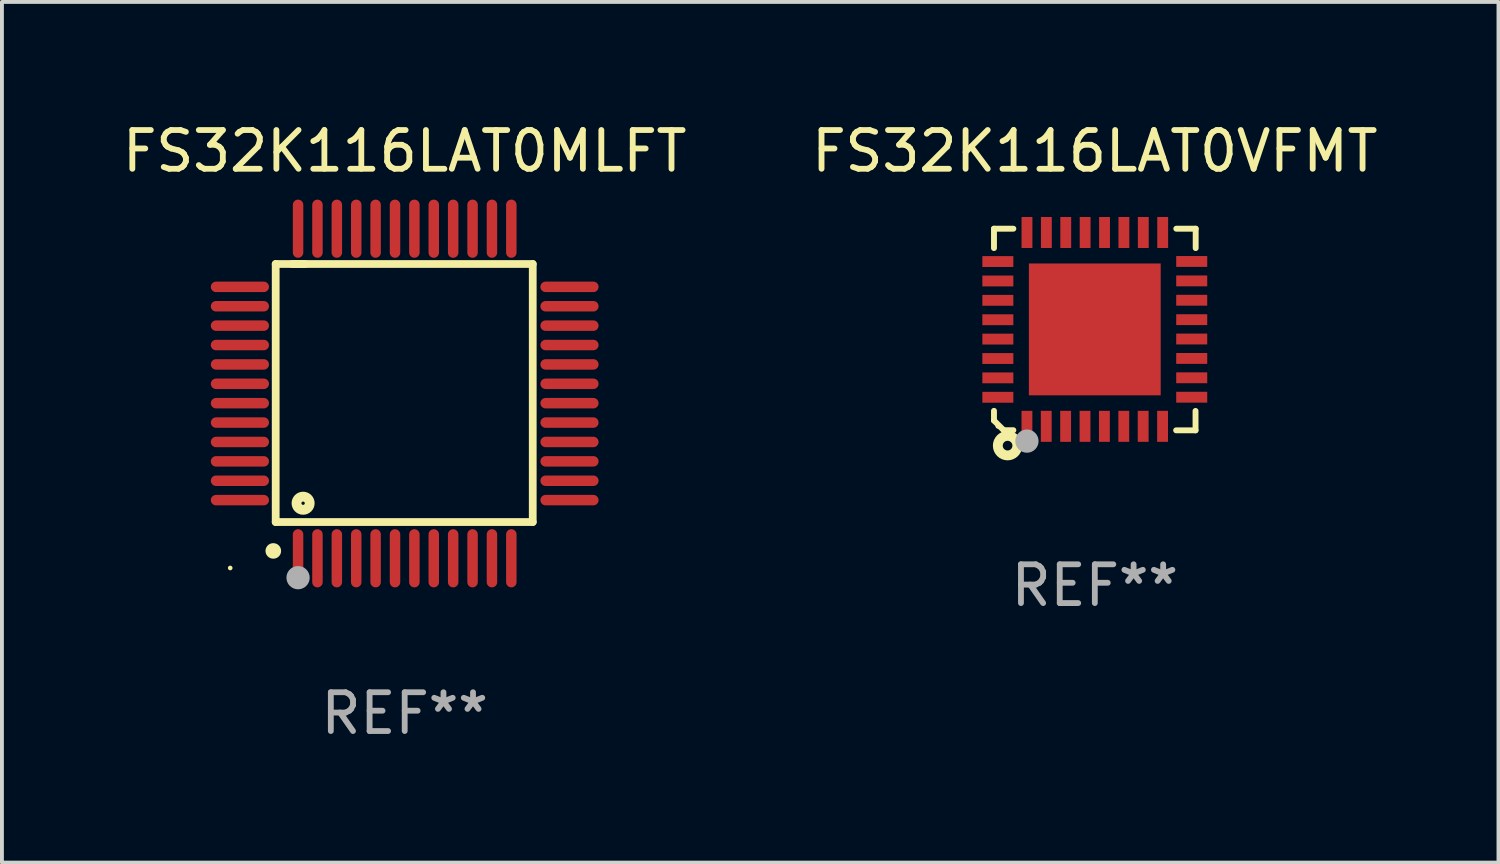
<source format=kicad_pcb>
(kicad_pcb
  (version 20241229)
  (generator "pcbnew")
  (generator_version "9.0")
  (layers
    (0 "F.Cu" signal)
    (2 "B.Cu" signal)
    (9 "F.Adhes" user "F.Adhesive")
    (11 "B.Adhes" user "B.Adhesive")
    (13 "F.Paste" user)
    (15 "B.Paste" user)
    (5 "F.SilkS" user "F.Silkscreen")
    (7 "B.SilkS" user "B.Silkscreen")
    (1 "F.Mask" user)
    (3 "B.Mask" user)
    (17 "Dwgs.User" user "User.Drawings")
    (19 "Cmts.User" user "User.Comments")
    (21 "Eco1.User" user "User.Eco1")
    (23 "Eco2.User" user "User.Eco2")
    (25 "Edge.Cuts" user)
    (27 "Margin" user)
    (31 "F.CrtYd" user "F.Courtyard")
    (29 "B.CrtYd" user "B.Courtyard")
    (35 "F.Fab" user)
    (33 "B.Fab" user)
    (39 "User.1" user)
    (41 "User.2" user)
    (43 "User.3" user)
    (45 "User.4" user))
  (footprint "FS32K116LAT0VFMT"
    (layer "F.Cu")
    (at 25.185 5.448)
    (property "Reference" "FS32K116LAT0VFMT" (at 0 -4.6 0) (layer "F.SilkS") (effects (font (size 1 1) (thickness 0.15))))
    (attr through_hole)
    (fp_line (start -2.601 2.097) (end -2.601 2.347) (stroke (width 0.152) (type solid)) (layer "F.SilkS"))
    (fp_line (start -2.601 2.347) (end -2.351 2.597) (stroke (width 0.152) (type solid)) (layer "F.SilkS"))
    (fp_line (start -2.601 -2.6) (end -2.601 -2.1) (stroke (width 0.152) (type solid)) (layer "F.SilkS"))
    (fp_line (start -2.601 -2.6) (end -2.101 -2.6) (stroke (width 0.152) (type solid)) (layer "F.SilkS"))
    (fp_line (start -2.351 2.597) (end -2.101 2.597) (stroke (width 0.152) (type solid)) (layer "F.SilkS"))
    (fp_line (start 2.597 2.6) (end 2.097 2.6) (stroke (width 0.152) (type solid)) (layer "F.SilkS"))
    (fp_line (start 2.597 2.6) (end 2.597 2.1) (stroke (width 0.152) (type solid)) (layer "F.SilkS"))
    (fp_line (start 2.601 -2.6) (end 2.101 -2.6) (stroke (width 0.152) (type solid)) (layer "F.SilkS"))
    (fp_line (start 2.601 -2.6) (end 2.601 -2.1) (stroke (width 0.152) (type solid)) (layer "F.SilkS"))
    (fp_circle (center -2.501 2.497) (end -2.471 2.497) (stroke (width 0.06) (type solid)) (fill no) (layer "F.SilkS"))
    (fp_circle (center -2.25 2.995) (end -2.125 2.995) (stroke (width 0.254) (type solid)) (fill no) (layer "F.SilkS"))
    (fp_circle (center -1.751 2.878) (end -1.601 2.878) (stroke (width 0.3) (type solid)) (fill no) (layer "F.Fab"))
    (fp_text user "REF**" (at 0 6.6 0) (layer "F.Fab") (effects (font (size 1 1) (thickness 0.15))))
    (pad "1" smd rect (at -1.751 2.497) (size 0.28 0.8) (layers "F.Cu" "F.Mask" "F.Paste"))
    (pad "2" smd rect (at -1.253 2.497) (size 0.28 0.8) (layers "F.Cu" "F.Mask" "F.Paste"))
    (pad "3" smd rect (at -0.753 2.497) (size 0.28 0.8) (layers "F.Cu" "F.Mask" "F.Paste"))
    (pad "4" smd rect (at -0.253 2.497) (size 0.28 0.8) (layers "F.Cu" "F.Mask" "F.Paste"))
    (pad "5" smd rect (at 0.247 2.497) (size 0.28 0.8) (layers "F.Cu" "F.Mask" "F.Paste"))
    (pad "6" smd rect (at 0.747 2.497) (size 0.28 0.8) (layers "F.Cu" "F.Mask" "F.Paste"))
    (pad "7" smd rect (at 1.247 2.497) (size 0.28 0.8) (layers "F.Cu" "F.Mask" "F.Paste"))
    (pad "8" smd rect (at 1.747 2.497) (size 0.28 0.8) (layers "F.Cu" "F.Mask" "F.Paste"))
    (pad "9" smd rect (at 2.499 1.746) (size 0.8 0.28) (layers "F.Cu" "F.Mask" "F.Paste"))
    (pad "10" smd rect (at 2.499 1.245) (size 0.8 0.28) (layers "F.Cu" "F.Mask" "F.Paste"))
    (pad "11" smd rect (at 2.499 0.746) (size 0.8 0.28) (layers "F.Cu" "F.Mask" "F.Paste"))
    (pad "12" smd rect (at 2.499 0.245) (size 0.8 0.28) (layers "F.Cu" "F.Mask" "F.Paste"))
    (pad "13" smd rect (at 2.499 -0.254) (size 0.8 0.28) (layers "F.Cu" "F.Mask" "F.Paste"))
    (pad "14" smd rect (at 2.499 -0.755) (size 0.8 0.28) (layers "F.Cu" "F.Mask" "F.Paste"))
    (pad "15" smd rect (at 2.499 -1.254) (size 0.8 0.28) (layers "F.Cu" "F.Mask" "F.Paste"))
    (pad "16" smd rect (at 2.499 -1.755) (size 0.8 0.28) (layers "F.Cu" "F.Mask" "F.Paste"))
    (pad "17" smd rect (at 1.75 -2.502) (size 0.28 0.8) (layers "F.Cu" "F.Mask" "F.Paste"))
    (pad "18" smd rect (at 1.25 -2.502) (size 0.28 0.8) (layers "F.Cu" "F.Mask" "F.Paste"))
    (pad "19" smd rect (at 0.75 -2.502) (size 0.28 0.8) (layers "F.Cu" "F.Mask" "F.Paste"))
    (pad "20" smd rect (at 0.25 -2.502) (size 0.28 0.8) (layers "F.Cu" "F.Mask" "F.Paste"))
    (pad "21" smd rect (at -0.25 -2.502) (size 0.28 0.8) (layers "F.Cu" "F.Mask" "F.Paste"))
    (pad "22" smd rect (at -0.75 -2.502) (size 0.28 0.8) (layers "F.Cu" "F.Mask" "F.Paste"))
    (pad "23" smd rect (at -1.25 -2.502) (size 0.28 0.8) (layers "F.Cu" "F.Mask" "F.Paste"))
    (pad "24" smd rect (at -1.75 -2.502) (size 0.28 0.8) (layers "F.Cu" "F.Mask" "F.Paste"))
    (pad "25" smd rect (at -2.501 -1.753) (size 0.8 0.28) (layers "F.Cu" "F.Mask" "F.Paste"))
    (pad "26" smd rect (at -2.501 -1.252) (size 0.8 0.28) (layers "F.Cu" "F.Mask" "F.Paste"))
    (pad "27" smd rect (at -2.501 -0.753) (size 0.8 0.28) (layers "F.Cu" "F.Mask" "F.Paste"))
    (pad "28" smd rect (at -2.501 -0.252) (size 0.8 0.28) (layers "F.Cu" "F.Mask" "F.Paste"))
    (pad "29" smd rect (at -2.501 0.247) (size 0.8 0.28) (layers "F.Cu" "F.Mask" "F.Paste"))
    (pad "30" smd rect (at -2.501 0.748) (size 0.8 0.28) (layers "F.Cu" "F.Mask" "F.Paste"))
    (pad "31" smd rect (at -2.501 1.247) (size 0.8 0.28) (layers "F.Cu" "F.Mask" "F.Paste"))
    (pad "32" smd rect (at -2.501 1.748) (size 0.8 0.28) (layers "F.Cu" "F.Mask" "F.Paste"))
    (pad "33" smd rect (at -0.001 -0.003 180) (size 3.4 3.4) (layers "F.Cu" "F.Mask" "F.Paste")))
  (footprint "FS32K116LAT0MLFT"
    (layer "F.Cu")
    (at 7.387 7.098)
    (property "Reference" "FS32K116LAT0MLFT" (at 0 -6.25 0) (layer "F.SilkS") (effects (font (size 1 1) (thickness 0.15))))
    (attr through_hole)
    (fp_line (start -3.327 -3.34) (end -2.565 -3.34) (stroke (width 0.2) (type solid)) (layer "F.SilkS"))
    (fp_line (start -3.327 3.315) (end -3.327 -3.34) (stroke (width 0.2) (type solid)) (layer "F.SilkS"))
    (fp_line (start -2.896 -3.34) (end 3.302 -3.34) (stroke (width 0.2) (type solid)) (layer "F.SilkS"))
    (fp_line (start 3.302 -3.34) (end 3.302 3.315) (stroke (width 0.2) (type solid)) (layer "F.SilkS"))
    (fp_line (start 3.302 3.315) (end -3.327 3.315) (stroke (width 0.2) (type solid)) (layer "F.SilkS"))
    (fp_arc (start -3.389992 4.059995) (mid -3.388722 4.059991) (end -3.387452 4.059995) (stroke (width 0.4) (type solid)) (layer "F.SilkS"))
    (fp_circle (center -4.5 4.5) (end -4.47 4.5) (stroke (width 0.06) (type solid)) (fill no) (layer "F.SilkS"))
    (fp_circle (center -2.62 2.83) (end -2.45 2.83) (stroke (width 0.254) (type solid)) (fill no) (layer "F.SilkS"))
    (fp_circle (center -2.75 4.75) (end -2.6 4.75) (stroke (width 0.3) (type solid)) (fill no) (layer "F.Fab"))
    (fp_text user "REF**" (at 0 8.25 0) (layer "F.Fab") (effects (font (size 1 1) (thickness 0.15))))
    (pad "1" smd oval (at -2.75 4.25) (size 0.27 1.5) (layers "F.Cu" "F.Mask" "F.Paste"))
    (pad "2" smd oval (at -2.25 4.25) (size 0.27 1.5) (layers "F.Cu" "F.Mask" "F.Paste"))
    (pad "3" smd oval (at -1.75 4.25) (size 0.27 1.5) (layers "F.Cu" "F.Mask" "F.Paste"))
    (pad "4" smd oval (at -1.25 4.25) (size 0.27 1.5) (layers "F.Cu" "F.Mask" "F.Paste"))
    (pad "5" smd oval (at -0.75 4.25) (size 0.27 1.5) (layers "F.Cu" "F.Mask" "F.Paste"))
    (pad "6" smd oval (at -0.25 4.25) (size 0.27 1.5) (layers "F.Cu" "F.Mask" "F.Paste"))
    (pad "7" smd oval (at 0.25 4.25) (size 0.27 1.5) (layers "F.Cu" "F.Mask" "F.Paste"))
    (pad "8" smd oval (at 0.75 4.25) (size 0.27 1.5) (layers "F.Cu" "F.Mask" "F.Paste"))
    (pad "9" smd oval (at 1.25 4.25) (size 0.27 1.5) (layers "F.Cu" "F.Mask" "F.Paste"))
    (pad "10" smd oval (at 1.75 4.25) (size 0.27 1.5) (layers "F.Cu" "F.Mask" "F.Paste"))
    (pad "11" smd oval (at 2.25 4.25) (size 0.27 1.5) (layers "F.Cu" "F.Mask" "F.Paste"))
    (pad "12" smd oval (at 2.75 4.25) (size 0.27 1.5) (layers "F.Cu" "F.Mask" "F.Paste"))
    (pad "13" smd oval (at 4.25 2.75) (size 1.5 0.27) (layers "F.Cu" "F.Mask" "F.Paste"))
    (pad "14" smd oval (at 4.25 2.25) (size 1.5 0.27) (layers "F.Cu" "F.Mask" "F.Paste"))
    (pad "15" smd oval (at 4.25 1.75) (size 1.5 0.27) (layers "F.Cu" "F.Mask" "F.Paste"))
    (pad "16" smd oval (at 4.25 1.25) (size 1.5 0.27) (layers "F.Cu" "F.Mask" "F.Paste"))
    (pad "17" smd oval (at 4.25 0.75) (size 1.5 0.27) (layers "F.Cu" "F.Mask" "F.Paste"))
    (pad "18" smd oval (at 4.25 0.25) (size 1.5 0.27) (layers "F.Cu" "F.Mask" "F.Paste"))
    (pad "19" smd oval (at 4.25 -0.25) (size 1.5 0.27) (layers "F.Cu" "F.Mask" "F.Paste"))
    (pad "20" smd oval (at 4.25 -0.75) (size 1.5 0.27) (layers "F.Cu" "F.Mask" "F.Paste"))
    (pad "21" smd oval (at 4.25 -1.25) (size 1.5 0.27) (layers "F.Cu" "F.Mask" "F.Paste"))
    (pad "22" smd oval (at 4.25 -1.75) (size 1.5 0.27) (layers "F.Cu" "F.Mask" "F.Paste"))
    (pad "23" smd oval (at 4.25 -2.25) (size 1.5 0.27) (layers "F.Cu" "F.Mask" "F.Paste"))
    (pad "24" smd oval (at 4.25 -2.75) (size 1.5 0.27) (layers "F.Cu" "F.Mask" "F.Paste"))
    (pad "25" smd oval (at 2.75 -4.25) (size 0.27 1.5) (layers "F.Cu" "F.Mask" "F.Paste"))
    (pad "26" smd oval (at 2.25 -4.25) (size 0.27 1.5) (layers "F.Cu" "F.Mask" "F.Paste"))
    (pad "27" smd oval (at 1.75 -4.25) (size 0.27 1.5) (layers "F.Cu" "F.Mask" "F.Paste"))
    (pad "28" smd oval (at 1.25 -4.25) (size 0.27 1.5) (layers "F.Cu" "F.Mask" "F.Paste"))
    (pad "29" smd oval (at 0.75 -4.25) (size 0.27 1.5) (layers "F.Cu" "F.Mask" "F.Paste"))
    (pad "30" smd oval (at 0.25 -4.25) (size 0.27 1.5) (layers "F.Cu" "F.Mask" "F.Paste"))
    (pad "31" smd oval (at -0.25 -4.25) (size 0.27 1.5) (layers "F.Cu" "F.Mask" "F.Paste"))
    (pad "32" smd oval (at -0.75 -4.25) (size 0.27 1.5) (layers "F.Cu" "F.Mask" "F.Paste"))
    (pad "33" smd oval (at -1.25 -4.25) (size 0.27 1.5) (layers "F.Cu" "F.Mask" "F.Paste"))
    (pad "34" smd oval (at -1.75 -4.25) (size 0.27 1.5) (layers "F.Cu" "F.Mask" "F.Paste"))
    (pad "35" smd oval (at -2.25 -4.25) (size 0.27 1.5) (layers "F.Cu" "F.Mask" "F.Paste"))
    (pad "36" smd oval (at -2.75 -4.25) (size 0.27 1.5) (layers "F.Cu" "F.Mask" "F.Paste"))
    (pad "37" smd oval (at -4.25 -2.75) (size 1.5 0.27) (layers "F.Cu" "F.Mask" "F.Paste"))
    (pad "38" smd oval (at -4.25 -2.25) (size 1.5 0.27) (layers "F.Cu" "F.Mask" "F.Paste"))
    (pad "39" smd oval (at -4.25 -1.75) (size 1.5 0.27) (layers "F.Cu" "F.Mask" "F.Paste"))
    (pad "40" smd oval (at -4.25 -1.25) (size 1.5 0.27) (layers "F.Cu" "F.Mask" "F.Paste"))
    (pad "41" smd oval (at -4.25 -0.75) (size 1.5 0.27) (layers "F.Cu" "F.Mask" "F.Paste"))
    (pad "42" smd oval (at -4.25 -0.25) (size 1.5 0.27) (layers "F.Cu" "F.Mask" "F.Paste"))
    (pad "43" smd oval (at -4.25 0.25) (size 1.5 0.27) (layers "F.Cu" "F.Mask" "F.Paste"))
    (pad "44" smd oval (at -4.25 0.75) (size 1.5 0.27) (layers "F.Cu" "F.Mask" "F.Paste"))
    (pad "45" smd oval (at -4.25 1.25) (size 1.5 0.27) (layers "F.Cu" "F.Mask" "F.Paste"))
    (pad "46" smd oval (at -4.25 1.75) (size 1.5 0.27) (layers "F.Cu" "F.Mask" "F.Paste"))
    (pad "47" smd oval (at -4.25 2.25) (size 1.5 0.27) (layers "F.Cu" "F.Mask" "F.Paste"))
    (pad "48" smd oval (at -4.25 2.75) (size 1.5 0.27) (layers "F.Cu" "F.Mask" "F.Paste")))
  (gr_rect
    (start -3 -3)
    (end 35.595 19.196)
    (stroke (width 0.1) (type default))
    (fill no)
    (layer "Edge.Cuts")))
</source>
